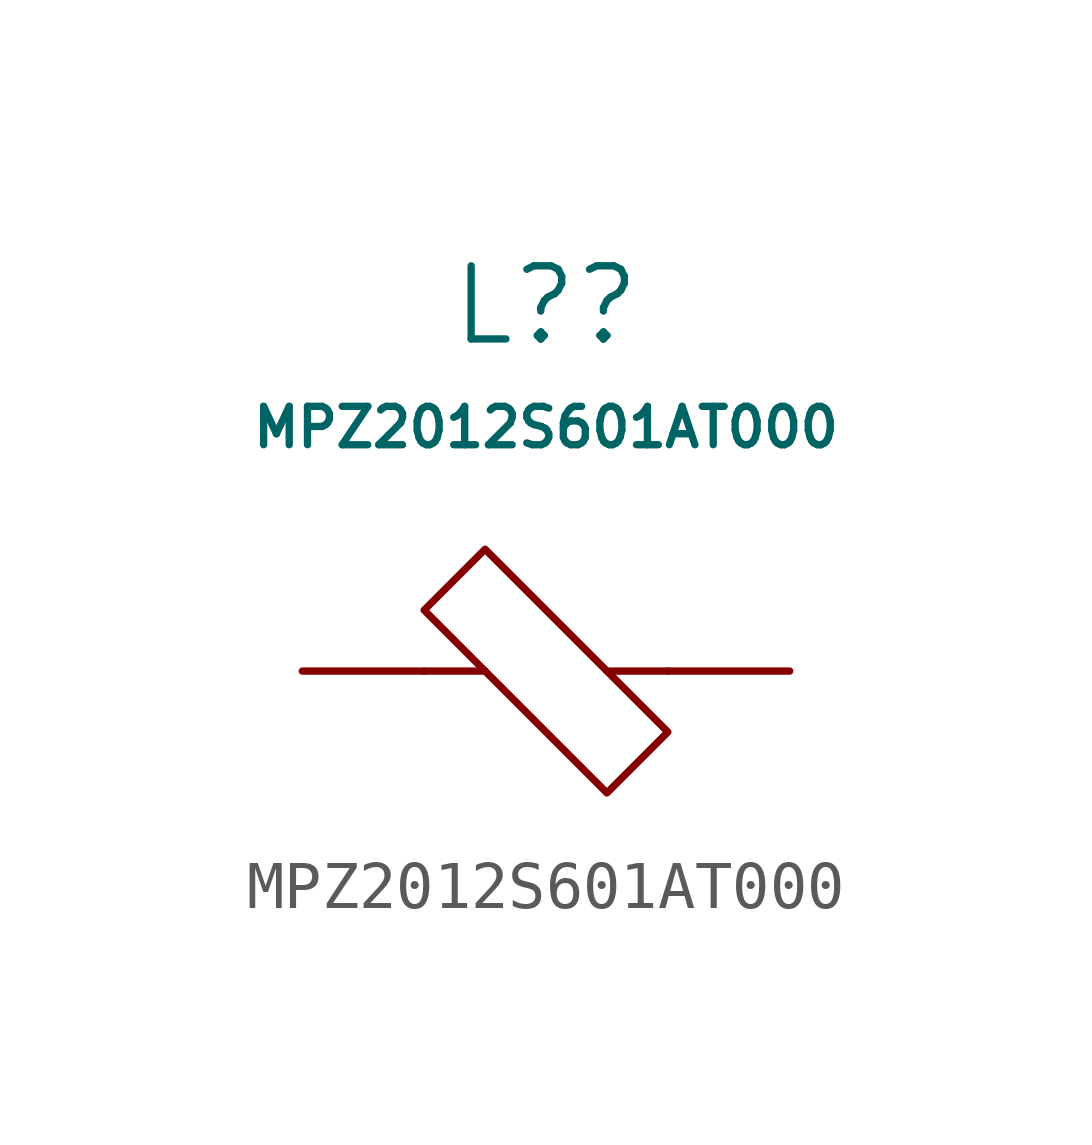
<source format=kicad_sym>
(kicad_symbol_lib
  (version 20220914)
  (generator kicad_symbol_editor)
  (symbol "MPZ2012S601AT000"
    (pin_names
      (offset 1.016))
    (property "Reference" "L?"
      (at 0 7.62 0)
      (effects (font (size 1.524 1.524))))
    (property "Value" "MPZ2012S601AT000"
      (at 0 5.08 0)
      (effects (font (size 0.8 0.8))))
    (property "LCSC" ""
      (at 0 0 0)
      (effects (font (size 1.27 1.27))))
    (symbol "MPZ2012S601AT000_0_1"
      (polyline (pts (xy -1.27 0) (xy -2.54 0)) (stroke (width 0) (type solid)) (fill (type none)))
      (polyline (pts (xy 1.27 0) (xy 2.54 0)) (stroke (width 0) (type solid)) (fill (type none))))
    (symbol "MPZ2012S601AT000_1_1"
      (polyline (pts (xy -1.27 2.54) (xy -2.54 1.27) (xy 1.27 -2.54) (xy 2.54 -1.27) (xy -1.27 2.54)) (stroke (width 0) (type solid)) (fill (type none)))
      (pin passive line (at -5.08 0 0) (length 2.54) (name "~" (effects (font (size 1.27 1.27)))) (number "1" (effects (font (size 0 0)))))
      (pin passive line (at 5.08 0 180) (length 2.54) (name "~" (effects (font (size 1.27 1.27)))) (number "2" (effects (font (size 0 0))))))))
</source>
